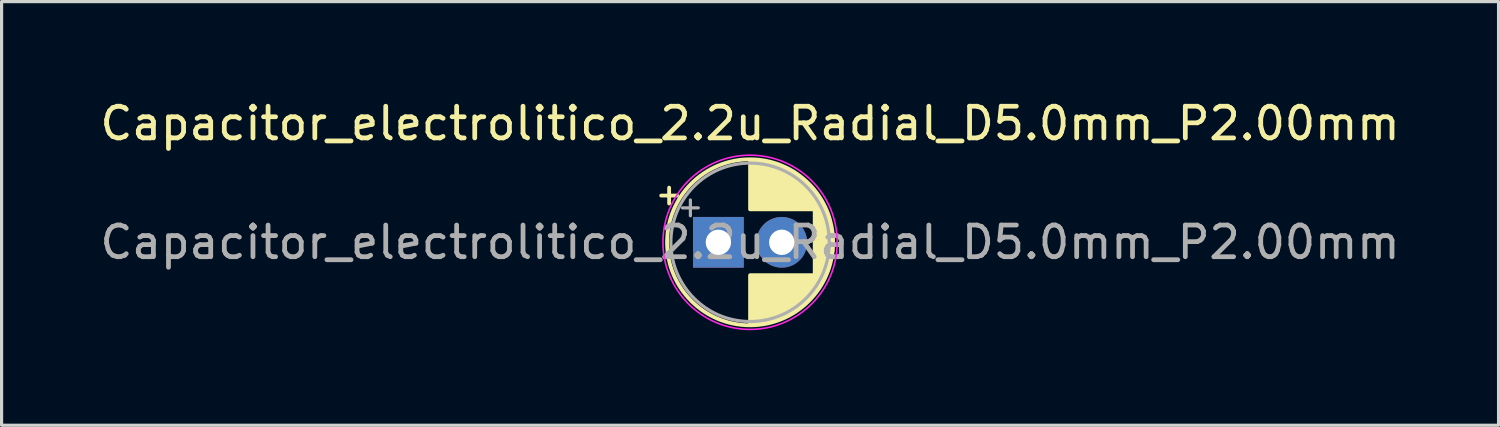
<source format=kicad_pcb>
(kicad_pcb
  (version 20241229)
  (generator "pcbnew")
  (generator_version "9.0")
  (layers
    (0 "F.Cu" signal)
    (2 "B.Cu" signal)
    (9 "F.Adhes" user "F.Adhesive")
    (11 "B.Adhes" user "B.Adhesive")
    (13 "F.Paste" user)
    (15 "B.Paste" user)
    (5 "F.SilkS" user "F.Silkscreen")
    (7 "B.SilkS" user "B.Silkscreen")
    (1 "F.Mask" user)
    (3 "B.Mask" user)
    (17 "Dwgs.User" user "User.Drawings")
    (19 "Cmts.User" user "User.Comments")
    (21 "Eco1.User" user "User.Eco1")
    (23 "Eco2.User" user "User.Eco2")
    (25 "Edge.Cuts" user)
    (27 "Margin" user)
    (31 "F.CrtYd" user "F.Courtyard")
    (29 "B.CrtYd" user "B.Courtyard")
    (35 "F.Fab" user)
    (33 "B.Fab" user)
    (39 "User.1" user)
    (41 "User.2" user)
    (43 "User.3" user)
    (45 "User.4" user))
  (footprint "Capacitor_electrolitico_2.2u_Radial_D5.0mm_P2.00mm"
    (layer "F.Cu")
    (at 19.625 4.598)
    (property "Reference" "Capacitor_electrolitico_2.2u_Radial_D5.0mm_P2.00mm" (at 1 -3.75 0) (layer "F.SilkS") (effects (font (size 1 1) (thickness 0.15))))
    (attr through_hole)
    (fp_line (start -1.805 -1.475) (end -1.305 -1.475) (stroke (width 0.12) (type solid)) (layer "F.SilkS"))
    (fp_line (start -1.555 -1.725) (end -1.555 -1.225) (stroke (width 0.12) (type solid)) (layer "F.SilkS"))
    (fp_line (start 1 -2.58) (end 1 -1.04) (stroke (width 0.12) (type solid)) (layer "F.SilkS"))
    (fp_line (start 1 1.04) (end 1 2.58) (stroke (width 0.12) (type solid)) (layer "F.SilkS"))
    (fp_line (start 1.04 -2.58) (end 1.04 -1.04) (stroke (width 0.12) (type solid)) (layer "F.SilkS"))
    (fp_line (start 1.04 1.04) (end 1.04 2.58) (stroke (width 0.12) (type solid)) (layer "F.SilkS"))
    (fp_line (start 1.08 -2.579) (end 1.08 -1.04) (stroke (width 0.12) (type solid)) (layer "F.SilkS"))
    (fp_line (start 1.08 1.04) (end 1.08 2.579) (stroke (width 0.12) (type solid)) (layer "F.SilkS"))
    (fp_line (start 1.12 -2.577) (end 1.12 -1.04) (stroke (width 0.12) (type solid)) (layer "F.SilkS"))
    (fp_line (start 1.12 1.04) (end 1.12 2.577) (stroke (width 0.12) (type solid)) (layer "F.SilkS"))
    (fp_line (start 1.16 -2.575) (end 1.16 -1.04) (stroke (width 0.12) (type solid)) (layer "F.SilkS"))
    (fp_line (start 1.16 1.04) (end 1.16 2.575) (stroke (width 0.12) (type solid)) (layer "F.SilkS"))
    (fp_line (start 1.2 -2.572) (end 1.2 -1.04) (stroke (width 0.12) (type solid)) (layer "F.SilkS"))
    (fp_line (start 1.2 1.04) (end 1.2 2.572) (stroke (width 0.12) (type solid)) (layer "F.SilkS"))
    (fp_line (start 1.24 -2.569) (end 1.24 -1.04) (stroke (width 0.12) (type solid)) (layer "F.SilkS"))
    (fp_line (start 1.24 1.04) (end 1.24 2.569) (stroke (width 0.12) (type solid)) (layer "F.SilkS"))
    (fp_line (start 1.28 -2.565) (end 1.28 -1.04) (stroke (width 0.12) (type solid)) (layer "F.SilkS"))
    (fp_line (start 1.28 1.04) (end 1.28 2.565) (stroke (width 0.12) (type solid)) (layer "F.SilkS"))
    (fp_line (start 1.32 -2.56) (end 1.32 -1.04) (stroke (width 0.12) (type solid)) (layer "F.SilkS"))
    (fp_line (start 1.32 1.04) (end 1.32 2.56) (stroke (width 0.12) (type solid)) (layer "F.SilkS"))
    (fp_line (start 1.36 -2.555) (end 1.36 -1.04) (stroke (width 0.12) (type solid)) (layer "F.SilkS"))
    (fp_line (start 1.36 1.04) (end 1.36 2.555) (stroke (width 0.12) (type solid)) (layer "F.SilkS"))
    (fp_line (start 1.4 -2.549) (end 1.4 -1.04) (stroke (width 0.12) (type solid)) (layer "F.SilkS"))
    (fp_line (start 1.4 1.04) (end 1.4 2.549) (stroke (width 0.12) (type solid)) (layer "F.SilkS"))
    (fp_line (start 1.44 -2.543) (end 1.44 -1.04) (stroke (width 0.12) (type solid)) (layer "F.SilkS"))
    (fp_line (start 1.44 1.04) (end 1.44 2.543) (stroke (width 0.12) (type solid)) (layer "F.SilkS"))
    (fp_line (start 1.48 -2.536) (end 1.48 -1.04) (stroke (width 0.12) (type solid)) (layer "F.SilkS"))
    (fp_line (start 1.48 1.04) (end 1.48 2.536) (stroke (width 0.12) (type solid)) (layer "F.SilkS"))
    (fp_line (start 1.52 -2.528) (end 1.52 -1.04) (stroke (width 0.12) (type solid)) (layer "F.SilkS"))
    (fp_line (start 1.52 1.04) (end 1.52 2.528) (stroke (width 0.12) (type solid)) (layer "F.SilkS"))
    (fp_line (start 1.56 -2.519) (end 1.56 -1.04) (stroke (width 0.12) (type solid)) (layer "F.SilkS"))
    (fp_line (start 1.56 1.04) (end 1.56 2.519) (stroke (width 0.12) (type solid)) (layer "F.SilkS"))
    (fp_line (start 1.6 -2.51) (end 1.6 -1.04) (stroke (width 0.12) (type solid)) (layer "F.SilkS"))
    (fp_line (start 1.6 1.04) (end 1.6 2.51) (stroke (width 0.12) (type solid)) (layer "F.SilkS"))
    (fp_line (start 1.64 -2.501) (end 1.64 -1.04) (stroke (width 0.12) (type solid)) (layer "F.SilkS"))
    (fp_line (start 1.64 1.04) (end 1.64 2.501) (stroke (width 0.12) (type solid)) (layer "F.SilkS"))
    (fp_line (start 1.68 -2.49) (end 1.68 -1.04) (stroke (width 0.12) (type solid)) (layer "F.SilkS"))
    (fp_line (start 1.68 1.04) (end 1.68 2.49) (stroke (width 0.12) (type solid)) (layer "F.SilkS"))
    (fp_line (start 1.72 -2.479) (end 1.72 -1.04) (stroke (width 0.12) (type solid)) (layer "F.SilkS"))
    (fp_line (start 1.72 1.04) (end 1.72 2.479) (stroke (width 0.12) (type solid)) (layer "F.SilkS"))
    (fp_line (start 1.76 -2.467) (end 1.76 -1.04) (stroke (width 0.12) (type solid)) (layer "F.SilkS"))
    (fp_line (start 1.76 1.04) (end 1.76 2.467) (stroke (width 0.12) (type solid)) (layer "F.SilkS"))
    (fp_line (start 1.8 -2.455) (end 1.8 -1.04) (stroke (width 0.12) (type solid)) (layer "F.SilkS"))
    (fp_line (start 1.8 1.04) (end 1.8 2.455) (stroke (width 0.12) (type solid)) (layer "F.SilkS"))
    (fp_line (start 1.84 -2.442) (end 1.84 -1.04) (stroke (width 0.12) (type solid)) (layer "F.SilkS"))
    (fp_line (start 1.84 1.04) (end 1.84 2.442) (stroke (width 0.12) (type solid)) (layer "F.SilkS"))
    (fp_line (start 1.88 -2.428) (end 1.88 -1.04) (stroke (width 0.12) (type solid)) (layer "F.SilkS"))
    (fp_line (start 1.88 1.04) (end 1.88 2.428) (stroke (width 0.12) (type solid)) (layer "F.SilkS"))
    (fp_line (start 1.92 -2.413) (end 1.92 -1.04) (stroke (width 0.12) (type solid)) (layer "F.SilkS"))
    (fp_line (start 1.92 1.04) (end 1.92 2.413) (stroke (width 0.12) (type solid)) (layer "F.SilkS"))
    (fp_line (start 1.96 -2.398) (end 1.96 -1.04) (stroke (width 0.12) (type solid)) (layer "F.SilkS"))
    (fp_line (start 1.96 1.04) (end 1.96 2.398) (stroke (width 0.12) (type solid)) (layer "F.SilkS"))
    (fp_line (start 2 -2.382) (end 2 -1.04) (stroke (width 0.12) (type solid)) (layer "F.SilkS"))
    (fp_line (start 2 1.04) (end 2 2.382) (stroke (width 0.12) (type solid)) (layer "F.SilkS"))
    (fp_line (start 2.04 -2.365) (end 2.04 -1.04) (stroke (width 0.12) (type solid)) (layer "F.SilkS"))
    (fp_line (start 2.04 1.04) (end 2.04 2.365) (stroke (width 0.12) (type solid)) (layer "F.SilkS"))
    (fp_line (start 2.08 -2.347) (end 2.08 -1.04) (stroke (width 0.12) (type solid)) (layer "F.SilkS"))
    (fp_line (start 2.08 1.04) (end 2.08 2.347) (stroke (width 0.12) (type solid)) (layer "F.SilkS"))
    (fp_line (start 2.12 -2.329) (end 2.12 -1.04) (stroke (width 0.12) (type solid)) (layer "F.SilkS"))
    (fp_line (start 2.12 1.04) (end 2.12 2.329) (stroke (width 0.12) (type solid)) (layer "F.SilkS"))
    (fp_line (start 2.16 -2.309) (end 2.16 -1.04) (stroke (width 0.12) (type solid)) (layer "F.SilkS"))
    (fp_line (start 2.16 1.04) (end 2.16 2.309) (stroke (width 0.12) (type solid)) (layer "F.SilkS"))
    (fp_line (start 2.2 -2.289) (end 2.2 -1.04) (stroke (width 0.12) (type solid)) (layer "F.SilkS"))
    (fp_line (start 2.2 1.04) (end 2.2 2.289) (stroke (width 0.12) (type solid)) (layer "F.SilkS"))
    (fp_line (start 2.24 -2.268) (end 2.24 -1.04) (stroke (width 0.12) (type solid)) (layer "F.SilkS"))
    (fp_line (start 2.24 1.04) (end 2.24 2.268) (stroke (width 0.12) (type solid)) (layer "F.SilkS"))
    (fp_line (start 2.28 -2.246) (end 2.28 -1.04) (stroke (width 0.12) (type solid)) (layer "F.SilkS"))
    (fp_line (start 2.28 1.04) (end 2.28 2.246) (stroke (width 0.12) (type solid)) (layer "F.SilkS"))
    (fp_line (start 2.32 -2.223) (end 2.32 -1.04) (stroke (width 0.12) (type solid)) (layer "F.SilkS"))
    (fp_line (start 2.32 1.04) (end 2.32 2.223) (stroke (width 0.12) (type solid)) (layer "F.SilkS"))
    (fp_line (start 2.36 -2.199) (end 2.36 -1.04) (stroke (width 0.12) (type solid)) (layer "F.SilkS"))
    (fp_line (start 2.36 1.04) (end 2.36 2.199) (stroke (width 0.12) (type solid)) (layer "F.SilkS"))
    (fp_line (start 2.4 -2.175) (end 2.4 -1.04) (stroke (width 0.12) (type solid)) (layer "F.SilkS"))
    (fp_line (start 2.4 1.04) (end 2.4 2.175) (stroke (width 0.12) (type solid)) (layer "F.SilkS"))
    (fp_line (start 2.44 -2.149) (end 2.44 -1.04) (stroke (width 0.12) (type solid)) (layer "F.SilkS"))
    (fp_line (start 2.44 1.04) (end 2.44 2.149) (stroke (width 0.12) (type solid)) (layer "F.SilkS"))
    (fp_line (start 2.48 -2.122) (end 2.48 -1.04) (stroke (width 0.12) (type solid)) (layer "F.SilkS"))
    (fp_line (start 2.48 1.04) (end 2.48 2.122) (stroke (width 0.12) (type solid)) (layer "F.SilkS"))
    (fp_line (start 2.52 -2.094) (end 2.52 -1.04) (stroke (width 0.12) (type solid)) (layer "F.SilkS"))
    (fp_line (start 2.52 1.04) (end 2.52 2.094) (stroke (width 0.12) (type solid)) (layer "F.SilkS"))
    (fp_line (start 2.56 -2.065) (end 2.56 -1.04) (stroke (width 0.12) (type solid)) (layer "F.SilkS"))
    (fp_line (start 2.56 1.04) (end 2.56 2.065) (stroke (width 0.12) (type solid)) (layer "F.SilkS"))
    (fp_line (start 2.6 -2.035) (end 2.6 -1.04) (stroke (width 0.12) (type solid)) (layer "F.SilkS"))
    (fp_line (start 2.6 1.04) (end 2.6 2.035) (stroke (width 0.12) (type solid)) (layer "F.SilkS"))
    (fp_line (start 2.64 -2.003) (end 2.64 -1.04) (stroke (width 0.12) (type solid)) (layer "F.SilkS"))
    (fp_line (start 2.64 1.04) (end 2.64 2.003) (stroke (width 0.12) (type solid)) (layer "F.SilkS"))
    (fp_line (start 2.68 -1.97) (end 2.68 -1.04) (stroke (width 0.12) (type solid)) (layer "F.SilkS"))
    (fp_line (start 2.68 1.04) (end 2.68 1.97) (stroke (width 0.12) (type solid)) (layer "F.SilkS"))
    (fp_line (start 2.72 -1.936) (end 2.72 -1.04) (stroke (width 0.12) (type solid)) (layer "F.SilkS"))
    (fp_line (start 2.72 1.04) (end 2.72 1.936) (stroke (width 0.12) (type solid)) (layer "F.SilkS"))
    (fp_line (start 2.76 -1.901) (end 2.76 -1.04) (stroke (width 0.12) (type solid)) (layer "F.SilkS"))
    (fp_line (start 2.76 1.04) (end 2.76 1.901) (stroke (width 0.12) (type solid)) (layer "F.SilkS"))
    (fp_line (start 2.8 -1.864) (end 2.8 -1.04) (stroke (width 0.12) (type solid)) (layer "F.SilkS"))
    (fp_line (start 2.8 1.04) (end 2.8 1.864) (stroke (width 0.12) (type solid)) (layer "F.SilkS"))
    (fp_line (start 2.84 -1.825) (end 2.84 -1.04) (stroke (width 0.12) (type solid)) (layer "F.SilkS"))
    (fp_line (start 2.84 1.04) (end 2.84 1.825) (stroke (width 0.12) (type solid)) (layer "F.SilkS"))
    (fp_line (start 2.88 -1.785) (end 2.88 -1.04) (stroke (width 0.12) (type solid)) (layer "F.SilkS"))
    (fp_line (start 2.88 1.04) (end 2.88 1.785) (stroke (width 0.12) (type solid)) (layer "F.SilkS"))
    (fp_line (start 2.92 -1.743) (end 2.92 -1.04) (stroke (width 0.12) (type solid)) (layer "F.SilkS"))
    (fp_line (start 2.92 1.04) (end 2.92 1.743) (stroke (width 0.12) (type solid)) (layer "F.SilkS"))
    (fp_line (start 2.96 -1.699) (end 2.96 -1.04) (stroke (width 0.12) (type solid)) (layer "F.SilkS"))
    (fp_line (start 2.96 1.04) (end 2.96 1.699) (stroke (width 0.12) (type solid)) (layer "F.SilkS"))
    (fp_line (start 3 -1.652) (end 3 -1.04) (stroke (width 0.12) (type solid)) (layer "F.SilkS"))
    (fp_line (start 3 1.04) (end 3 1.652) (stroke (width 0.12) (type solid)) (layer "F.SilkS"))
    (fp_line (start 3.04 -1.604) (end 3.04 1.604) (stroke (width 0.12) (type solid)) (layer "F.SilkS"))
    (fp_line (start 3.08 -1.553) (end 3.08 1.553) (stroke (width 0.12) (type solid)) (layer "F.SilkS"))
    (fp_line (start 3.12 -1.499) (end 3.12 1.499) (stroke (width 0.12) (type solid)) (layer "F.SilkS"))
    (fp_line (start 3.16 -1.443) (end 3.16 1.443) (stroke (width 0.12) (type solid)) (layer "F.SilkS"))
    (fp_line (start 3.2 -1.383) (end 3.2 1.383) (stroke (width 0.12) (type solid)) (layer "F.SilkS"))
    (fp_line (start 3.24 -1.319) (end 3.24 1.319) (stroke (width 0.12) (type solid)) (layer "F.SilkS"))
    (fp_line (start 3.28 -1.251) (end 3.28 1.251) (stroke (width 0.12) (type solid)) (layer "F.SilkS"))
    (fp_line (start 3.32 -1.177) (end 3.32 1.177) (stroke (width 0.12) (type solid)) (layer "F.SilkS"))
    (fp_line (start 3.36 -1.098) (end 3.36 1.098) (stroke (width 0.12) (type solid)) (layer "F.SilkS"))
    (fp_line (start 3.4 -1.011) (end 3.4 1.011) (stroke (width 0.12) (type solid)) (layer "F.SilkS"))
    (fp_line (start 3.44 -0.914) (end 3.44 0.914) (stroke (width 0.12) (type solid)) (layer "F.SilkS"))
    (fp_line (start 3.48 -0.805) (end 3.48 0.805) (stroke (width 0.12) (type solid)) (layer "F.SilkS"))
    (fp_line (start 3.52 -0.677) (end 3.52 0.677) (stroke (width 0.12) (type solid)) (layer "F.SilkS"))
    (fp_line (start 3.56 -0.517) (end 3.56 0.517) (stroke (width 0.12) (type solid)) (layer "F.SilkS"))
    (fp_line (start 3.6 -0.283) (end 3.6 0.283) (stroke (width 0.12) (type solid)) (layer "F.SilkS"))
    (fp_circle (center 1 0) (end 3.62 0) (stroke (width 0.12) (type solid)) (fill no) (layer "F.SilkS"))
    (fp_circle (center 1 0) (end 3.75 0) (stroke (width 0.05) (type solid)) (fill no) (layer "F.CrtYd"))
    (fp_line (start -1.134 -1.087) (end -0.634 -1.087) (stroke (width 0.1) (type solid)) (layer "F.Fab"))
    (fp_line (start -0.884 -1.337) (end -0.884 -0.838) (stroke (width 0.1) (type solid)) (layer "F.Fab"))
    (fp_circle (center 1 0) (end 3.5 0) (stroke (width 0.1) (type solid)) (fill no) (layer "F.Fab"))
    (fp_text user "${REFERENCE}" (at 1 0 0) (layer "F.Fab") (effects (font (size 1 1) (thickness 0.15))))
    (pad "1" thru_hole rect (at 0 0) (size 1.6 1.6) (drill 0.8) (layers "*.Cu" "*.Mask"))
    (pad "2" thru_hole circle (at 2 0) (size 1.6 1.6) (drill 0.8) (layers "*.Cu" "*.Mask")))
  (gr_rect
    (start -3 -3)
    (end 44.25 10.373)
    (stroke (width 0.1) (type default))
    (fill no)
    (layer "Edge.Cuts")))
</source>
